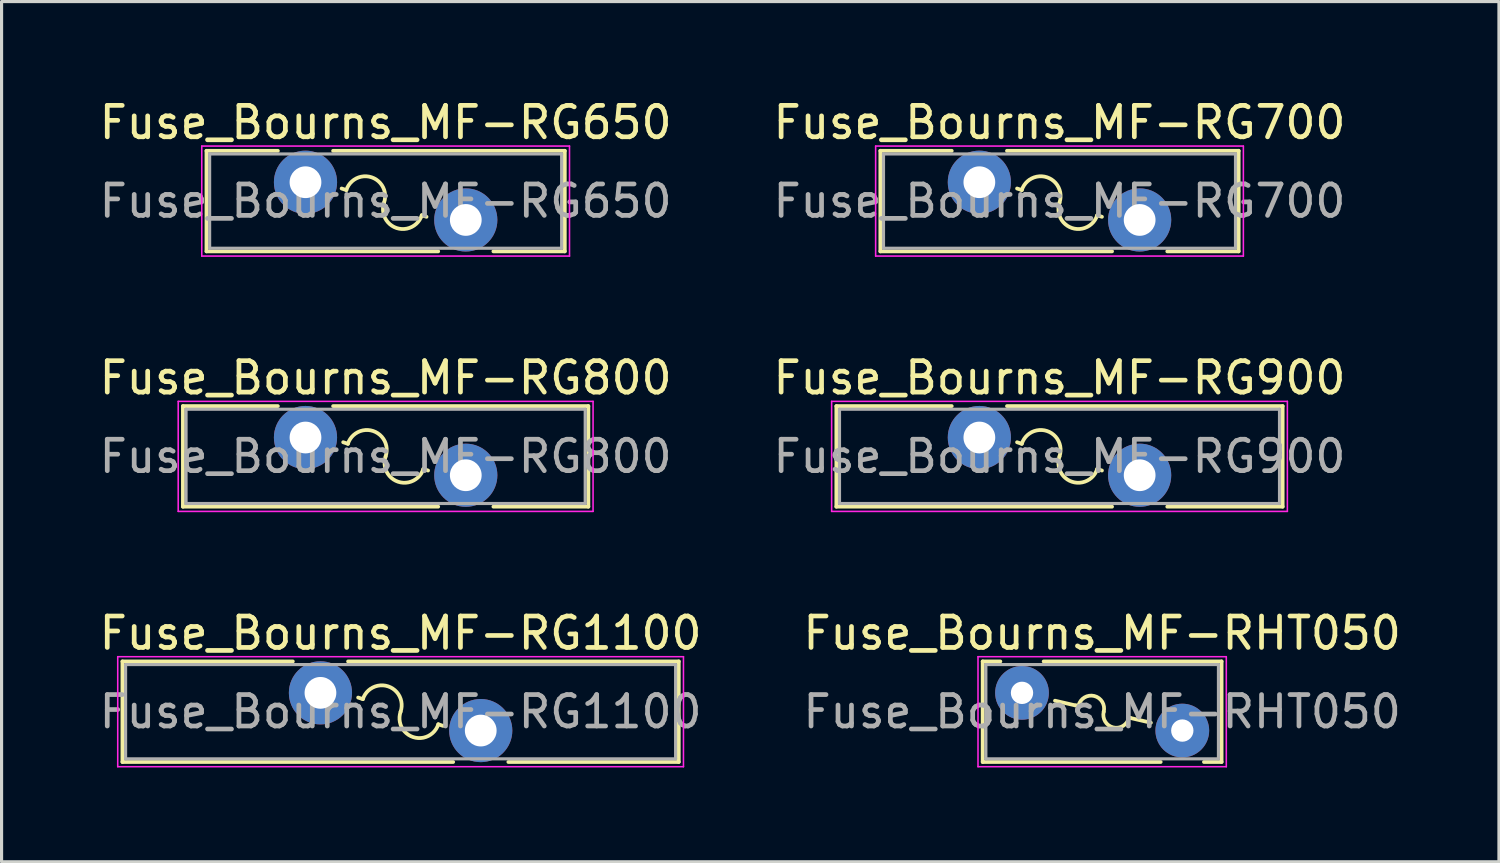
<source format=kicad_pcb>
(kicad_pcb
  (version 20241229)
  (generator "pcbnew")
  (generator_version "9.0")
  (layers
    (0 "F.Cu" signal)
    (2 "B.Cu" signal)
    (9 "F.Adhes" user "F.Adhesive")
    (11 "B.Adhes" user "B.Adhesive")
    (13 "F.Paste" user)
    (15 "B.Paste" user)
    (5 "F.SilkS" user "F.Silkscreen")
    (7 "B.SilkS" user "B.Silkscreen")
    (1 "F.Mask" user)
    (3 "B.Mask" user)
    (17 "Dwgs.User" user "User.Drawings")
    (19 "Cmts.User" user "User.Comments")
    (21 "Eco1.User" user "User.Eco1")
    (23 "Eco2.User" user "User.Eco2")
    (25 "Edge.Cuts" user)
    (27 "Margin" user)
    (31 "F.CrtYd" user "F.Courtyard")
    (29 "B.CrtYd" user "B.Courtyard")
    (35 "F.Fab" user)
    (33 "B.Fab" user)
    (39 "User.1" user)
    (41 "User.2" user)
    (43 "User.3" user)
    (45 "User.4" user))
  (footprint "Fuse_Bourns_MF-RG650"
    (layer "F.Cu")
    (at 6.67 2.748)
    (property "Reference" "Fuse_Bourns_MF-RG650" (at 2.55 -1.9 0) (layer "F.SilkS") (effects (font (size 1 1) (thickness 0.15))))
    (fp_line (start -3.15 -1) (end -3.15 2.2) (stroke (width 0.12) (type solid)) (layer "F.SilkS"))
    (fp_line (start -3.15 -1) (end -0.879 -1) (stroke (width 0.12) (type solid)) (layer "F.SilkS"))
    (fp_line (start -3.15 2.2) (end 4.222 2.2) (stroke (width 0.12) (type solid)) (layer "F.SilkS"))
    (fp_line (start 0.879 -1) (end 8.25 -1) (stroke (width 0.12) (type solid)) (layer "F.SilkS"))
    (fp_line (start 1.15 0.2) (end 1.3 0.25) (stroke (width 0.12) (type solid)) (layer "F.SilkS"))
    (fp_line (start 3.7 1.05) (end 3.85 1.1) (stroke (width 0.12) (type solid)) (layer "F.SilkS"))
    (fp_line (start 5.979 2.2) (end 8.25 2.2) (stroke (width 0.12) (type solid)) (layer "F.SilkS"))
    (fp_line (start 8.25 -1) (end 8.25 2.2) (stroke (width 0.12) (type solid)) (layer "F.SilkS"))
    (fp_arc (start 1.300003 0.250002) (mid 2.100001 -0.149998) (end 2.500001 0.65) (stroke (width 0.12) (type solid)) (layer "F.SilkS"))
    (fp_arc (start 3.699999 1.049998) (mid 2.900001 1.449998) (end 2.500001 0.65) (stroke (width 0.12) (type solid)) (layer "F.SilkS"))
    (fp_line (start -3.3 -1.15) (end -3.3 2.35) (stroke (width 0.05) (type solid)) (layer "F.CrtYd"))
    (fp_line (start -3.3 2.35) (end 8.4 2.35) (stroke (width 0.05) (type solid)) (layer "F.CrtYd"))
    (fp_line (start 8.4 -1.15) (end -3.3 -1.15) (stroke (width 0.05) (type solid)) (layer "F.CrtYd"))
    (fp_line (start 8.4 2.35) (end 8.4 -1.15) (stroke (width 0.05) (type solid)) (layer "F.CrtYd"))
    (fp_line (start -3.05 -0.9) (end -3.05 2.1) (stroke (width 0.1) (type solid)) (layer "F.Fab"))
    (fp_line (start -3.05 2.1) (end 8.15 2.1) (stroke (width 0.1) (type solid)) (layer "F.Fab"))
    (fp_line (start 8.15 -0.9) (end -3.05 -0.9) (stroke (width 0.1) (type solid)) (layer "F.Fab"))
    (fp_line (start 8.15 2.1) (end 8.15 -0.9) (stroke (width 0.1) (type solid)) (layer "F.Fab"))
    (fp_text user "${REFERENCE}" (at 2.55 0.6 0) (layer "F.Fab") (effects (font (size 1 1) (thickness 0.15))))
    (pad "1" thru_hole circle (at 0 0) (size 2.01 2.01) (drill 1.01) (layers "*.Cu" "*.Mask"))
    (pad "2" thru_hole circle (at 5.1 1.2) (size 2.01 2.01) (drill 1.01) (layers "*.Cu" "*.Mask")))
  (footprint "Fuse_Bourns_MF-RG1100"
    (layer "F.Cu")
    (at 7.146 18.995)
    (property "Reference" "Fuse_Bourns_MF-RG1100" (at 2.55 -1.9 0) (layer "F.SilkS") (effects (font (size 1 1) (thickness 0.15))))
    (fp_line (start -6.3 -1) (end -6.3 2.2) (stroke (width 0.12) (type solid)) (layer "F.SilkS"))
    (fp_line (start -6.3 -1) (end -0.879 -1) (stroke (width 0.12) (type solid)) (layer "F.SilkS"))
    (fp_line (start -6.3 2.2) (end 4.222 2.2) (stroke (width 0.12) (type solid)) (layer "F.SilkS"))
    (fp_line (start 0.879 -1) (end 11.4 -1) (stroke (width 0.12) (type solid)) (layer "F.SilkS"))
    (fp_line (start 1.2 0.15) (end 1.35 0.2) (stroke (width 0.12) (type solid)) (layer "F.SilkS"))
    (fp_line (start 3.75 1) (end 3.9 1.05) (stroke (width 0.12) (type solid)) (layer "F.SilkS"))
    (fp_line (start 5.979 2.2) (end 11.4 2.2) (stroke (width 0.12) (type solid)) (layer "F.SilkS"))
    (fp_line (start 11.4 -1) (end 11.4 2.2) (stroke (width 0.12) (type solid)) (layer "F.SilkS"))
    (fp_arc (start 1.350003 0.200002) (mid 2.150001 -0.199998) (end 2.550001 0.6) (stroke (width 0.12) (type solid)) (layer "F.SilkS"))
    (fp_arc (start 3.749999 0.999998) (mid 2.950001 1.399998) (end 2.550001 0.6) (stroke (width 0.12) (type solid)) (layer "F.SilkS"))
    (fp_line (start -6.45 -1.15) (end -6.45 2.35) (stroke (width 0.05) (type solid)) (layer "F.CrtYd"))
    (fp_line (start -6.45 2.35) (end 11.55 2.35) (stroke (width 0.05) (type solid)) (layer "F.CrtYd"))
    (fp_line (start 11.55 -1.15) (end -6.45 -1.15) (stroke (width 0.05) (type solid)) (layer "F.CrtYd"))
    (fp_line (start 11.55 2.35) (end 11.55 -1.15) (stroke (width 0.05) (type solid)) (layer "F.CrtYd"))
    (fp_line (start -6.2 -0.9) (end -6.2 2.1) (stroke (width 0.1) (type solid)) (layer "F.Fab"))
    (fp_line (start -6.2 2.1) (end 11.3 2.1) (stroke (width 0.1) (type solid)) (layer "F.Fab"))
    (fp_line (start 11.3 -0.9) (end -6.2 -0.9) (stroke (width 0.1) (type solid)) (layer "F.Fab"))
    (fp_line (start 11.3 2.1) (end 11.3 -0.9) (stroke (width 0.1) (type solid)) (layer "F.Fab"))
    (fp_text user "${REFERENCE}" (at 2.55 0.6 0) (layer "F.Fab") (effects (font (size 1 1) (thickness 0.15))))
    (pad "1" thru_hole circle (at 0 0) (size 2.01 2.01) (drill 1.01) (layers "*.Cu" "*.Mask"))
    (pad "2" thru_hole circle (at 5.1 1.2) (size 2.01 2.01) (drill 1.01) (layers "*.Cu" "*.Mask")))
  (footprint "Fuse_Bourns_MF-RG700"
    (layer "F.Cu")
    (at 28.111 2.748)
    (property "Reference" "Fuse_Bourns_MF-RG700" (at 2.55 -1.9 0) (layer "F.SilkS") (effects (font (size 1 1) (thickness 0.15))))
    (fp_line (start -3.15 -1) (end -3.15 2.2) (stroke (width 0.12) (type solid)) (layer "F.SilkS"))
    (fp_line (start -3.15 -1) (end -0.879 -1) (stroke (width 0.12) (type solid)) (layer "F.SilkS"))
    (fp_line (start -3.15 2.2) (end 4.222 2.2) (stroke (width 0.12) (type solid)) (layer "F.SilkS"))
    (fp_line (start 0.879 -1) (end 8.25 -1) (stroke (width 0.12) (type solid)) (layer "F.SilkS"))
    (fp_line (start 1.2 0.2) (end 1.35 0.25) (stroke (width 0.12) (type solid)) (layer "F.SilkS"))
    (fp_line (start 3.75 1.05) (end 3.9 1.1) (stroke (width 0.12) (type solid)) (layer "F.SilkS"))
    (fp_line (start 5.979 2.2) (end 8.25 2.2) (stroke (width 0.12) (type solid)) (layer "F.SilkS"))
    (fp_line (start 8.25 -1) (end 8.25 2.2) (stroke (width 0.12) (type solid)) (layer "F.SilkS"))
    (fp_arc (start 1.350003 0.250002) (mid 2.150001 -0.149998) (end 2.550001 0.65) (stroke (width 0.12) (type solid)) (layer "F.SilkS"))
    (fp_arc (start 3.749999 1.049998) (mid 2.950001 1.449998) (end 2.550001 0.65) (stroke (width 0.12) (type solid)) (layer "F.SilkS"))
    (fp_line (start -3.3 -1.15) (end -3.3 2.35) (stroke (width 0.05) (type solid)) (layer "F.CrtYd"))
    (fp_line (start -3.3 2.35) (end 8.4 2.35) (stroke (width 0.05) (type solid)) (layer "F.CrtYd"))
    (fp_line (start 8.4 -1.15) (end -3.3 -1.15) (stroke (width 0.05) (type solid)) (layer "F.CrtYd"))
    (fp_line (start 8.4 2.35) (end 8.4 -1.15) (stroke (width 0.05) (type solid)) (layer "F.CrtYd"))
    (fp_line (start -3.05 -0.9) (end -3.05 2.1) (stroke (width 0.1) (type solid)) (layer "F.Fab"))
    (fp_line (start -3.05 2.1) (end 8.15 2.1) (stroke (width 0.1) (type solid)) (layer "F.Fab"))
    (fp_line (start 8.15 -0.9) (end -3.05 -0.9) (stroke (width 0.1) (type solid)) (layer "F.Fab"))
    (fp_line (start 8.15 2.1) (end 8.15 -0.9) (stroke (width 0.1) (type solid)) (layer "F.Fab"))
    (fp_text user "${REFERENCE}" (at 2.55 0.6 0) (layer "F.Fab") (effects (font (size 1 1) (thickness 0.15))))
    (pad "1" thru_hole circle (at 0 0) (size 2.01 2.01) (drill 1.01) (layers "*.Cu" "*.Mask"))
    (pad "2" thru_hole circle (at 5.1 1.2) (size 2.01 2.01) (drill 1.01) (layers "*.Cu" "*.Mask")))
  (footprint "Fuse_Bourns_MF-RG900"
    (layer "F.Cu")
    (at 28.111 10.871)
    (property "Reference" "Fuse_Bourns_MF-RG900" (at 2.55 -1.9 0) (layer "F.SilkS") (effects (font (size 1 1) (thickness 0.15))))
    (fp_line (start -4.55 -1) (end -4.55 2.2) (stroke (width 0.12) (type solid)) (layer "F.SilkS"))
    (fp_line (start -4.55 -1) (end -0.879 -1) (stroke (width 0.12) (type solid)) (layer "F.SilkS"))
    (fp_line (start -4.55 2.2) (end 4.222 2.2) (stroke (width 0.12) (type solid)) (layer "F.SilkS"))
    (fp_line (start 0.879 -1) (end 9.65 -1) (stroke (width 0.12) (type solid)) (layer "F.SilkS"))
    (fp_line (start 1.2 0.15) (end 1.35 0.2) (stroke (width 0.12) (type solid)) (layer "F.SilkS"))
    (fp_line (start 3.75 1) (end 3.9 1.05) (stroke (width 0.12) (type solid)) (layer "F.SilkS"))
    (fp_line (start 5.979 2.2) (end 9.65 2.2) (stroke (width 0.12) (type solid)) (layer "F.SilkS"))
    (fp_line (start 9.65 -1) (end 9.65 2.2) (stroke (width 0.12) (type solid)) (layer "F.SilkS"))
    (fp_arc (start 1.350003 0.200002) (mid 2.150001 -0.199998) (end 2.550001 0.6) (stroke (width 0.12) (type solid)) (layer "F.SilkS"))
    (fp_arc (start 3.749999 0.999998) (mid 2.950001 1.399998) (end 2.550001 0.6) (stroke (width 0.12) (type solid)) (layer "F.SilkS"))
    (fp_line (start -4.7 -1.15) (end -4.7 2.35) (stroke (width 0.05) (type solid)) (layer "F.CrtYd"))
    (fp_line (start -4.7 2.35) (end 9.8 2.35) (stroke (width 0.05) (type solid)) (layer "F.CrtYd"))
    (fp_line (start 9.8 -1.15) (end -4.7 -1.15) (stroke (width 0.05) (type solid)) (layer "F.CrtYd"))
    (fp_line (start 9.8 2.35) (end 9.8 -1.15) (stroke (width 0.05) (type solid)) (layer "F.CrtYd"))
    (fp_line (start -4.45 -0.9) (end -4.45 2.1) (stroke (width 0.1) (type solid)) (layer "F.Fab"))
    (fp_line (start -4.45 2.1) (end 9.55 2.1) (stroke (width 0.1) (type solid)) (layer "F.Fab"))
    (fp_line (start 9.55 -0.9) (end -4.45 -0.9) (stroke (width 0.1) (type solid)) (layer "F.Fab"))
    (fp_line (start 9.55 2.1) (end 9.55 -0.9) (stroke (width 0.1) (type solid)) (layer "F.Fab"))
    (fp_text user "${REFERENCE}" (at 2.55 0.6 0) (layer "F.Fab") (effects (font (size 1 1) (thickness 0.15))))
    (pad "1" thru_hole circle (at 0 0) (size 2.01 2.01) (drill 1.01) (layers "*.Cu" "*.Mask"))
    (pad "2" thru_hole circle (at 5.1 1.2) (size 2.01 2.01) (drill 1.01) (layers "*.Cu" "*.Mask")))
  (footprint "Fuse_Bourns_MF-RHT050"
    (layer "F.Cu")
    (at 29.468 18.995)
    (property "Reference" "Fuse_Bourns_MF-RHT050" (at 2.55 -1.9 0) (layer "F.SilkS") (effects (font (size 1 1) (thickness 0.15))))
    (fp_line (start -1.251 -1) (end -1.251 2.2) (stroke (width 0.12) (type solid)) (layer "F.SilkS"))
    (fp_line (start -1.251 -1) (end -0.689 -1) (stroke (width 0.12) (type solid)) (layer "F.SilkS"))
    (fp_line (start -1.251 2.2) (end 4.412 2.2) (stroke (width 0.12) (type solid)) (layer "F.SilkS"))
    (fp_line (start 0.689 -1) (end 6.35 -1) (stroke (width 0.12) (type solid)) (layer "F.SilkS"))
    (fp_line (start 1.05 0.25) (end 1.7 0.4) (stroke (width 0.12) (type solid)) (layer "F.SilkS"))
    (fp_line (start 1.8 0.4) (end 1.7 0.4) (stroke (width 0.12) (type solid)) (layer "F.SilkS"))
    (fp_line (start 3.4 0.8) (end 3.45 0.8) (stroke (width 0.12) (type solid)) (layer "F.SilkS"))
    (fp_line (start 3.45 0.8) (end 4.1 0.95) (stroke (width 0.12) (type solid)) (layer "F.SilkS"))
    (fp_line (start 5.789 2.2) (end 6.35 2.2) (stroke (width 0.12) (type solid)) (layer "F.SilkS"))
    (fp_line (start 6.35 -1) (end 6.35 2.2) (stroke (width 0.12) (type solid)) (layer "F.SilkS"))
    (fp_arc (start 1.800001 0.400001) (mid 2.299999 0.100001) (end 2.599999 0.599999) (stroke (width 0.12) (type solid)) (layer "F.SilkS"))
    (fp_arc (start 3.399999 0.799999) (mid 2.900001 1.099999) (end 2.600001 0.600001) (stroke (width 0.12) (type solid)) (layer "F.SilkS"))
    (fp_line (start -1.4 -1.15) (end -1.4 2.35) (stroke (width 0.05) (type solid)) (layer "F.CrtYd"))
    (fp_line (start -1.4 2.35) (end 6.5 2.35) (stroke (width 0.05) (type solid)) (layer "F.CrtYd"))
    (fp_line (start 6.5 -1.15) (end -1.4 -1.15) (stroke (width 0.05) (type solid)) (layer "F.CrtYd"))
    (fp_line (start 6.5 2.35) (end 6.5 -1.15) (stroke (width 0.05) (type solid)) (layer "F.CrtYd"))
    (fp_line (start -1.15 -0.9) (end -1.15 2.1) (stroke (width 0.1) (type solid)) (layer "F.Fab"))
    (fp_line (start -1.15 2.1) (end 6.25 2.1) (stroke (width 0.1) (type solid)) (layer "F.Fab"))
    (fp_line (start 6.25 -0.9) (end -1.15 -0.9) (stroke (width 0.1) (type solid)) (layer "F.Fab"))
    (fp_line (start 6.25 2.1) (end 6.25 -0.9) (stroke (width 0.1) (type solid)) (layer "F.Fab"))
    (fp_text user "${REFERENCE}" (at 2.55 0.6 0) (layer "F.Fab") (effects (font (size 1 1) (thickness 0.15))))
    (pad "1" thru_hole circle (at 0 0) (size 1.71 1.71) (drill 0.71) (layers "*.Cu" "*.Mask"))
    (pad "2" thru_hole circle (at 5.1 1.2) (size 1.71 1.71) (drill 0.71) (layers "*.Cu" "*.Mask")))
  (footprint "Fuse_Bourns_MF-RG800"
    (layer "F.Cu")
    (at 6.67 10.871)
    (property "Reference" "Fuse_Bourns_MF-RG800" (at 2.55 -1.9 0) (layer "F.SilkS") (effects (font (size 1 1) (thickness 0.15))))
    (fp_line (start -3.9 -1) (end -3.9 2.2) (stroke (width 0.12) (type solid)) (layer "F.SilkS"))
    (fp_line (start -3.9 -1) (end -0.879 -1) (stroke (width 0.12) (type solid)) (layer "F.SilkS"))
    (fp_line (start -3.9 2.2) (end 4.222 2.2) (stroke (width 0.12) (type solid)) (layer "F.SilkS"))
    (fp_line (start 0.879 -1) (end 9 -1) (stroke (width 0.12) (type solid)) (layer "F.SilkS"))
    (fp_line (start 1.2 0.15) (end 1.35 0.2) (stroke (width 0.12) (type solid)) (layer "F.SilkS"))
    (fp_line (start 3.75 1) (end 3.9 1.05) (stroke (width 0.12) (type solid)) (layer "F.SilkS"))
    (fp_line (start 5.979 2.2) (end 9 2.2) (stroke (width 0.12) (type solid)) (layer "F.SilkS"))
    (fp_line (start 9 -1) (end 9 2.2) (stroke (width 0.12) (type solid)) (layer "F.SilkS"))
    (fp_arc (start 1.350003 0.200002) (mid 2.150001 -0.199998) (end 2.550001 0.6) (stroke (width 0.12) (type solid)) (layer "F.SilkS"))
    (fp_arc (start 3.749999 0.999998) (mid 2.950001 1.399998) (end 2.550001 0.6) (stroke (width 0.12) (type solid)) (layer "F.SilkS"))
    (fp_line (start -4.05 -1.15) (end -4.05 2.35) (stroke (width 0.05) (type solid)) (layer "F.CrtYd"))
    (fp_line (start -4.05 2.35) (end 9.15 2.35) (stroke (width 0.05) (type solid)) (layer "F.CrtYd"))
    (fp_line (start 9.15 -1.15) (end -4.05 -1.15) (stroke (width 0.05) (type solid)) (layer "F.CrtYd"))
    (fp_line (start 9.15 2.35) (end 9.15 -1.15) (stroke (width 0.05) (type solid)) (layer "F.CrtYd"))
    (fp_line (start -3.8 -0.9) (end -3.8 2.1) (stroke (width 0.1) (type solid)) (layer "F.Fab"))
    (fp_line (start -3.8 2.1) (end 8.9 2.1) (stroke (width 0.1) (type solid)) (layer "F.Fab"))
    (fp_line (start 8.9 -0.9) (end -3.8 -0.9) (stroke (width 0.1) (type solid)) (layer "F.Fab"))
    (fp_line (start 8.9 2.1) (end 8.9 -0.9) (stroke (width 0.1) (type solid)) (layer "F.Fab"))
    (fp_text user "${REFERENCE}" (at 2.55 0.6 0) (layer "F.Fab") (effects (font (size 1 1) (thickness 0.15))))
    (pad "1" thru_hole circle (at 0 0) (size 2.01 2.01) (drill 1.01) (layers "*.Cu" "*.Mask"))
    (pad "2" thru_hole circle (at 5.1 1.2) (size 2.01 2.01) (drill 1.01) (layers "*.Cu" "*.Mask")))
  (gr_rect
    (start -3 -3)
    (end 44.643 24.37)
    (stroke (width 0.1) (type default))
    (fill no)
    (layer "Edge.Cuts")))
</source>
